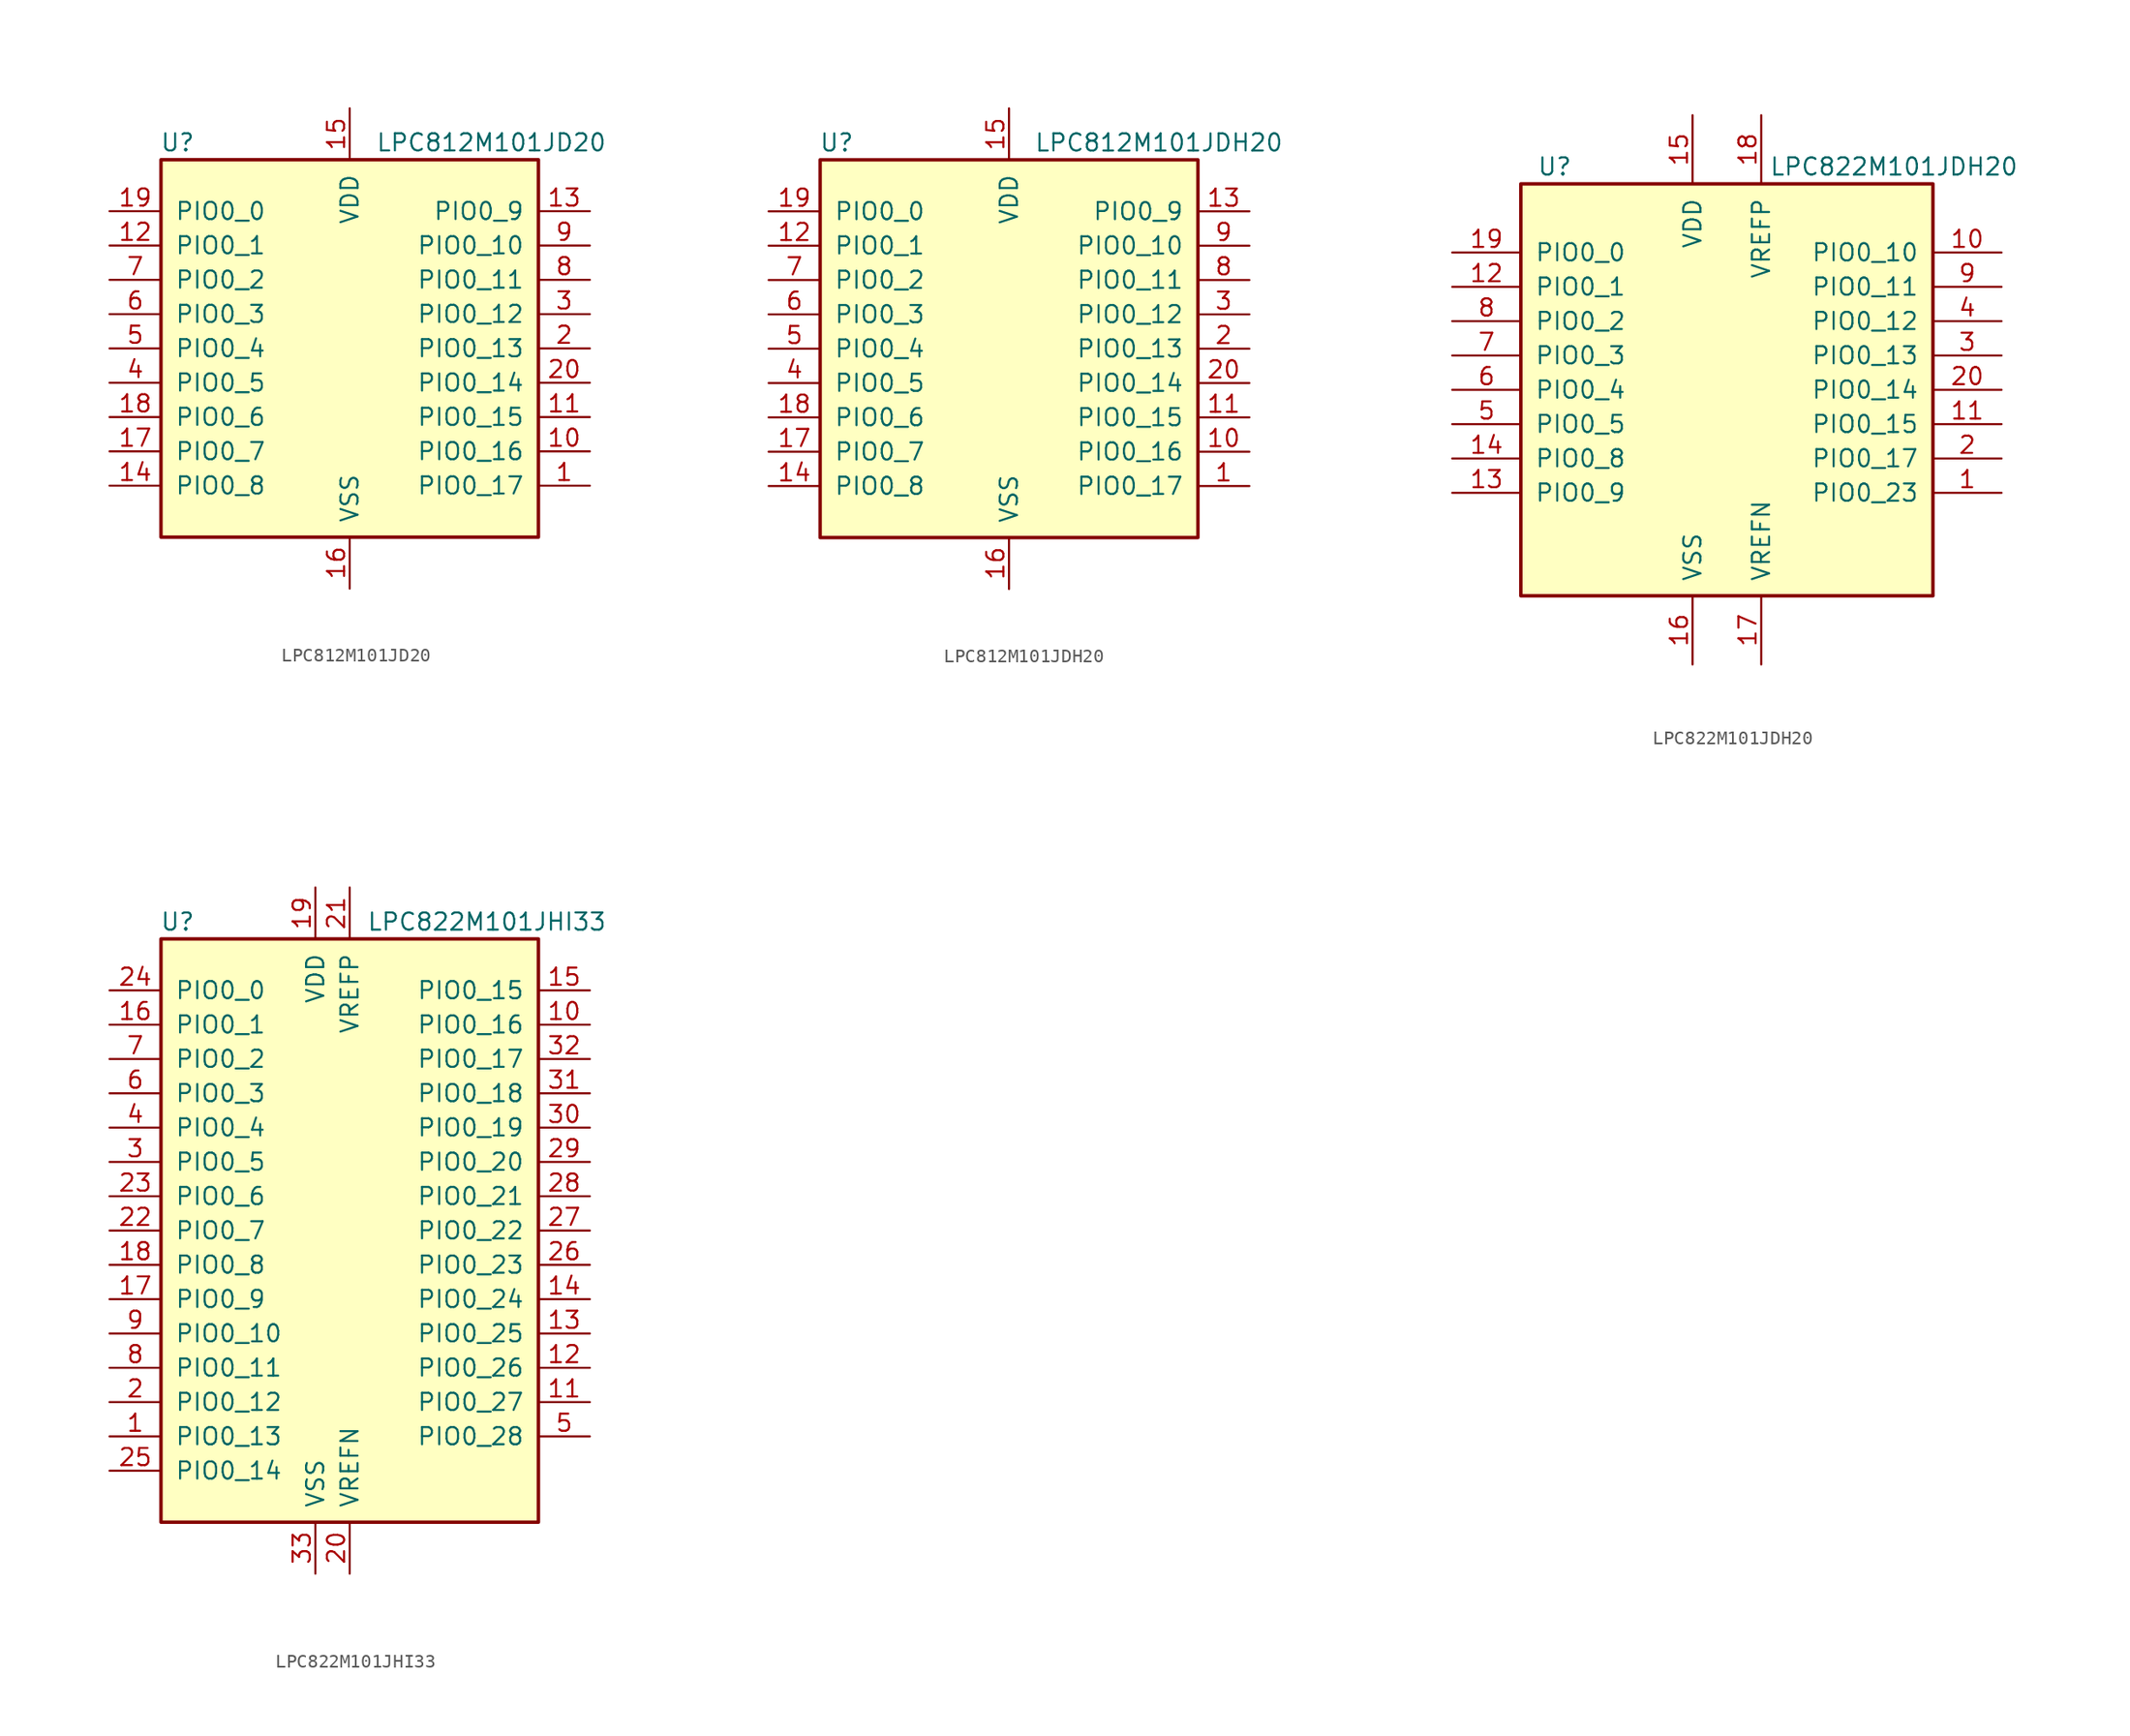
<source format=kicad_sym>
(kicad_symbol_lib
  (version 20201005)
  (generator kicad_symbol_editor)
  (symbol "LPC812M101JD20"
    (pin_names
      (offset 1.016))
    (property "Reference" "U"
      (at -11.43 15.24 0)
      (effects (font (size 1.27 1.27)) (justify right)))
    (property "Value" "LPC812M101JD20"
      (at 19.05 15.24 0)
      (effects (font (size 1.27 1.27)) (justify right)))
    (symbol "LPC812M101JD20_0_1"
      (rectangle (start 13.97 13.97) (end -13.97 -13.97) (stroke (width 0.254)) (fill (type background))))
    (symbol "LPC812M101JD20_1_1"
      (pin bidirectional line (at 17.78 -10.16 180) (length 3.81) (name "PIO0_17" (effects (font (size 1.27 1.27)))) (number "1" (effects (font (size 1.27 1.27)))))
      (pin bidirectional line (at 17.78 -7.62 180) (length 3.81) (name "PIO0_16" (effects (font (size 1.27 1.27)))) (number "10" (effects (font (size 1.27 1.27)))))
      (pin bidirectional line (at 17.78 -5.08 180) (length 3.81) (name "PIO0_15" (effects (font (size 1.27 1.27)))) (number "11" (effects (font (size 1.27 1.27)))))
      (pin bidirectional line (at -17.78 7.62 0) (length 3.81) (name "PIO0_1" (effects (font (size 1.27 1.27)))) (number "12" (effects (font (size 1.27 1.27)))))
      (pin bidirectional line (at 17.78 10.16 180) (length 3.81) (name "PIO0_9" (effects (font (size 1.27 1.27)))) (number "13" (effects (font (size 1.27 1.27)))))
      (pin bidirectional line (at -17.78 -10.16 0) (length 3.81) (name "PIO0_8" (effects (font (size 1.27 1.27)))) (number "14" (effects (font (size 1.27 1.27)))))
      (pin power_in line (at 0 17.78 270) (length 3.81) (name "VDD" (effects (font (size 1.27 1.27)))) (number "15" (effects (font (size 1.27 1.27)))))
      (pin power_in line (at 0 -17.78 90) (length 3.81) (name "VSS" (effects (font (size 1.27 1.27)))) (number "16" (effects (font (size 1.27 1.27)))))
      (pin bidirectional line (at -17.78 -7.62 0) (length 3.81) (name "PIO0_7" (effects (font (size 1.27 1.27)))) (number "17" (effects (font (size 1.27 1.27)))))
      (pin bidirectional line (at -17.78 -5.08 0) (length 3.81) (name "PIO0_6" (effects (font (size 1.27 1.27)))) (number "18" (effects (font (size 1.27 1.27)))))
      (pin bidirectional line (at -17.78 10.16 0) (length 3.81) (name "PIO0_0" (effects (font (size 1.27 1.27)))) (number "19" (effects (font (size 1.27 1.27)))))
      (pin bidirectional line (at 17.78 0 180) (length 3.81) (name "PIO0_13" (effects (font (size 1.27 1.27)))) (number "2" (effects (font (size 1.27 1.27)))))
      (pin bidirectional line (at 17.78 -2.54 180) (length 3.81) (name "PIO0_14" (effects (font (size 1.27 1.27)))) (number "20" (effects (font (size 1.27 1.27)))))
      (pin bidirectional line (at 17.78 2.54 180) (length 3.81) (name "PIO0_12" (effects (font (size 1.27 1.27)))) (number "3" (effects (font (size 1.27 1.27)))))
      (pin bidirectional line (at -17.78 -2.54 0) (length 3.81) (name "PIO0_5" (effects (font (size 1.27 1.27)))) (number "4" (effects (font (size 1.27 1.27)))))
      (pin bidirectional line (at -17.78 0 0) (length 3.81) (name "PIO0_4" (effects (font (size 1.27 1.27)))) (number "5" (effects (font (size 1.27 1.27)))))
      (pin bidirectional line (at -17.78 2.54 0) (length 3.81) (name "PIO0_3" (effects (font (size 1.27 1.27)))) (number "6" (effects (font (size 1.27 1.27)))))
      (pin bidirectional line (at -17.78 5.08 0) (length 3.81) (name "PIO0_2" (effects (font (size 1.27 1.27)))) (number "7" (effects (font (size 1.27 1.27)))))
      (pin bidirectional line (at 17.78 5.08 180) (length 3.81) (name "PIO0_11" (effects (font (size 1.27 1.27)))) (number "8" (effects (font (size 1.27 1.27)))))
      (pin bidirectional line (at 17.78 7.62 180) (length 3.81) (name "PIO0_10" (effects (font (size 1.27 1.27)))) (number "9" (effects (font (size 1.27 1.27)))))))
  (symbol "LPC812M101JDH20"
    (pin_names
      (offset 1.016))
    (property "Reference" "U"
      (at -11.43 15.24 0)
      (effects (font (size 1.27 1.27)) (justify right)))
    (property "Value" "LPC812M101JDH20"
      (at 20.32 15.24 0)
      (effects (font (size 1.27 1.27)) (justify right)))
    (symbol "LPC812M101JDH20_0_1"
      (rectangle (start 13.97 13.97) (end -13.97 -13.97) (stroke (width 0.254)) (fill (type background))))
    (symbol "LPC812M101JDH20_1_1"
      (pin bidirectional line (at 17.78 -10.16 180) (length 3.81) (name "PIO0_17" (effects (font (size 1.27 1.27)))) (number "1" (effects (font (size 1.27 1.27)))))
      (pin bidirectional line (at 17.78 -7.62 180) (length 3.81) (name "PIO0_16" (effects (font (size 1.27 1.27)))) (number "10" (effects (font (size 1.27 1.27)))))
      (pin bidirectional line (at 17.78 -5.08 180) (length 3.81) (name "PIO0_15" (effects (font (size 1.27 1.27)))) (number "11" (effects (font (size 1.27 1.27)))))
      (pin bidirectional line (at -17.78 7.62 0) (length 3.81) (name "PIO0_1" (effects (font (size 1.27 1.27)))) (number "12" (effects (font (size 1.27 1.27)))))
      (pin bidirectional line (at 17.78 10.16 180) (length 3.81) (name "PIO0_9" (effects (font (size 1.27 1.27)))) (number "13" (effects (font (size 1.27 1.27)))))
      (pin bidirectional line (at -17.78 -10.16 0) (length 3.81) (name "PIO0_8" (effects (font (size 1.27 1.27)))) (number "14" (effects (font (size 1.27 1.27)))))
      (pin power_in line (at 0 17.78 270) (length 3.81) (name "VDD" (effects (font (size 1.27 1.27)))) (number "15" (effects (font (size 1.27 1.27)))))
      (pin power_in line (at 0 -17.78 90) (length 3.81) (name "VSS" (effects (font (size 1.27 1.27)))) (number "16" (effects (font (size 1.27 1.27)))))
      (pin bidirectional line (at -17.78 -7.62 0) (length 3.81) (name "PIO0_7" (effects (font (size 1.27 1.27)))) (number "17" (effects (font (size 1.27 1.27)))))
      (pin bidirectional line (at -17.78 -5.08 0) (length 3.81) (name "PIO0_6" (effects (font (size 1.27 1.27)))) (number "18" (effects (font (size 1.27 1.27)))))
      (pin bidirectional line (at -17.78 10.16 0) (length 3.81) (name "PIO0_0" (effects (font (size 1.27 1.27)))) (number "19" (effects (font (size 1.27 1.27)))))
      (pin bidirectional line (at 17.78 0 180) (length 3.81) (name "PIO0_13" (effects (font (size 1.27 1.27)))) (number "2" (effects (font (size 1.27 1.27)))))
      (pin bidirectional line (at 17.78 -2.54 180) (length 3.81) (name "PIO0_14" (effects (font (size 1.27 1.27)))) (number "20" (effects (font (size 1.27 1.27)))))
      (pin bidirectional line (at 17.78 2.54 180) (length 3.81) (name "PIO0_12" (effects (font (size 1.27 1.27)))) (number "3" (effects (font (size 1.27 1.27)))))
      (pin bidirectional line (at -17.78 -2.54 0) (length 3.81) (name "PIO0_5" (effects (font (size 1.27 1.27)))) (number "4" (effects (font (size 1.27 1.27)))))
      (pin bidirectional line (at -17.78 0 0) (length 3.81) (name "PIO0_4" (effects (font (size 1.27 1.27)))) (number "5" (effects (font (size 1.27 1.27)))))
      (pin bidirectional line (at -17.78 2.54 0) (length 3.81) (name "PIO0_3" (effects (font (size 1.27 1.27)))) (number "6" (effects (font (size 1.27 1.27)))))
      (pin bidirectional line (at -17.78 5.08 0) (length 3.81) (name "PIO0_2" (effects (font (size 1.27 1.27)))) (number "7" (effects (font (size 1.27 1.27)))))
      (pin bidirectional line (at 17.78 5.08 180) (length 3.81) (name "PIO0_11" (effects (font (size 1.27 1.27)))) (number "8" (effects (font (size 1.27 1.27)))))
      (pin bidirectional line (at 17.78 7.62 180) (length 3.81) (name "PIO0_10" (effects (font (size 1.27 1.27)))) (number "9" (effects (font (size 1.27 1.27)))))))
  (symbol "LPC822M101JDH20"
    (pin_names
      (offset 1.016))
    (property "Reference" "U"
      (at -11.43 16.51 0)
      (effects (font (size 1.27 1.27)) (justify right)))
    (property "Value" "LPC822M101JDH20"
      (at 21.59 16.51 0)
      (effects (font (size 1.27 1.27)) (justify right)))
    (symbol "LPC822M101JDH20_0_1"
      (rectangle (start -15.24 15.24) (end 15.24 -15.24) (stroke (width 0.254)) (fill (type background))))
    (symbol "LPC822M101JDH20_1_1"
      (pin bidirectional line (at 20.32 -7.62 180) (length 5.08) (name "PIO0_23" (effects (font (size 1.27 1.27)))) (number "1" (effects (font (size 1.27 1.27)))))
      (pin bidirectional line (at 20.32 10.16 180) (length 5.08) (name "PIO0_10" (effects (font (size 1.27 1.27)))) (number "10" (effects (font (size 1.27 1.27)))))
      (pin bidirectional line (at 20.32 -2.54 180) (length 5.08) (name "PIO0_15" (effects (font (size 1.27 1.27)))) (number "11" (effects (font (size 1.27 1.27)))))
      (pin bidirectional line (at -20.32 7.62 0) (length 5.08) (name "PIO0_1" (effects (font (size 1.27 1.27)))) (number "12" (effects (font (size 1.27 1.27)))))
      (pin bidirectional line (at -20.32 -7.62 0) (length 5.08) (name "PIO0_9" (effects (font (size 1.27 1.27)))) (number "13" (effects (font (size 1.27 1.27)))))
      (pin bidirectional line (at -20.32 -5.08 0) (length 5.08) (name "PIO0_8" (effects (font (size 1.27 1.27)))) (number "14" (effects (font (size 1.27 1.27)))))
      (pin power_in line (at -2.54 20.32 270) (length 5.08) (name "VDD" (effects (font (size 1.27 1.27)))) (number "15" (effects (font (size 1.27 1.27)))))
      (pin power_in line (at -2.54 -20.32 90) (length 5.08) (name "VSS" (effects (font (size 1.27 1.27)))) (number "16" (effects (font (size 1.27 1.27)))))
      (pin power_in line (at 2.54 -20.32 90) (length 5.08) (name "VREFN" (effects (font (size 1.27 1.27)))) (number "17" (effects (font (size 1.27 1.27)))))
      (pin power_in line (at 2.54 20.32 270) (length 5.08) (name "VREFP" (effects (font (size 1.27 1.27)))) (number "18" (effects (font (size 1.27 1.27)))))
      (pin bidirectional line (at -20.32 10.16 0) (length 5.08) (name "PIO0_0" (effects (font (size 1.27 1.27)))) (number "19" (effects (font (size 1.27 1.27)))))
      (pin bidirectional line (at 20.32 -5.08 180) (length 5.08) (name "PIO0_17" (effects (font (size 1.27 1.27)))) (number "2" (effects (font (size 1.27 1.27)))))
      (pin bidirectional line (at 20.32 0 180) (length 5.08) (name "PIO0_14" (effects (font (size 1.27 1.27)))) (number "20" (effects (font (size 1.27 1.27)))))
      (pin bidirectional line (at 20.32 2.54 180) (length 5.08) (name "PIO0_13" (effects (font (size 1.27 1.27)))) (number "3" (effects (font (size 1.27 1.27)))))
      (pin bidirectional line (at 20.32 5.08 180) (length 5.08) (name "PIO0_12" (effects (font (size 1.27 1.27)))) (number "4" (effects (font (size 1.27 1.27)))))
      (pin bidirectional line (at -20.32 -2.54 0) (length 5.08) (name "PIO0_5" (effects (font (size 1.27 1.27)))) (number "5" (effects (font (size 1.27 1.27)))))
      (pin bidirectional line (at -20.32 0 0) (length 5.08) (name "PIO0_4" (effects (font (size 1.27 1.27)))) (number "6" (effects (font (size 1.27 1.27)))))
      (pin bidirectional line (at -20.32 2.54 0) (length 5.08) (name "PIO0_3" (effects (font (size 1.27 1.27)))) (number "7" (effects (font (size 1.27 1.27)))))
      (pin bidirectional line (at -20.32 5.08 0) (length 5.08) (name "PIO0_2" (effects (font (size 1.27 1.27)))) (number "8" (effects (font (size 1.27 1.27)))))
      (pin bidirectional line (at 20.32 7.62 180) (length 5.08) (name "PIO0_11" (effects (font (size 1.27 1.27)))) (number "9" (effects (font (size 1.27 1.27)))))))
  (symbol "LPC822M101JHI33"
    (pin_names
      (offset 1.016))
    (property "Reference" "U"
      (at -11.43 22.86 0)
      (effects (font (size 1.27 1.27)) (justify right)))
    (property "Value" "LPC822M101JHI33"
      (at 19.05 22.86 0)
      (effects (font (size 1.27 1.27)) (justify right)))
    (symbol "LPC822M101JHI33_0_1"
      (rectangle (start -13.97 21.59) (end 13.97 -21.59) (stroke (width 0.254)) (fill (type background))))
    (symbol "LPC822M101JHI33_1_1"
      (pin bidirectional line (at -17.78 -15.24 0) (length 3.81) (name "PIO0_13" (effects (font (size 1.27 1.27)))) (number "1" (effects (font (size 1.27 1.27)))))
      (pin bidirectional line (at 17.78 15.24 180) (length 3.81) (name "PIO0_16" (effects (font (size 1.27 1.27)))) (number "10" (effects (font (size 1.27 1.27)))))
      (pin bidirectional line (at 17.78 -12.7 180) (length 3.81) (name "PIO0_27" (effects (font (size 1.27 1.27)))) (number "11" (effects (font (size 1.27 1.27)))))
      (pin bidirectional line (at 17.78 -10.16 180) (length 3.81) (name "PIO0_26" (effects (font (size 1.27 1.27)))) (number "12" (effects (font (size 1.27 1.27)))))
      (pin bidirectional line (at 17.78 -7.62 180) (length 3.81) (name "PIO0_25" (effects (font (size 1.27 1.27)))) (number "13" (effects (font (size 1.27 1.27)))))
      (pin bidirectional line (at 17.78 -5.08 180) (length 3.81) (name "PIO0_24" (effects (font (size 1.27 1.27)))) (number "14" (effects (font (size 1.27 1.27)))))
      (pin bidirectional line (at 17.78 17.78 180) (length 3.81) (name "PIO0_15" (effects (font (size 1.27 1.27)))) (number "15" (effects (font (size 1.27 1.27)))))
      (pin bidirectional line (at -17.78 15.24 0) (length 3.81) (name "PIO0_1" (effects (font (size 1.27 1.27)))) (number "16" (effects (font (size 1.27 1.27)))))
      (pin bidirectional line (at -17.78 -5.08 0) (length 3.81) (name "PIO0_9" (effects (font (size 1.27 1.27)))) (number "17" (effects (font (size 1.27 1.27)))))
      (pin bidirectional line (at -17.78 -2.54 0) (length 3.81) (name "PIO0_8" (effects (font (size 1.27 1.27)))) (number "18" (effects (font (size 1.27 1.27)))))
      (pin power_in line (at -2.54 25.4 270) (length 3.81) (name "VDD" (effects (font (size 1.27 1.27)))) (number "19" (effects (font (size 1.27 1.27)))))
      (pin bidirectional line (at -17.78 -12.7 0) (length 3.81) (name "PIO0_12" (effects (font (size 1.27 1.27)))) (number "2" (effects (font (size 1.27 1.27)))))
      (pin power_in line (at 0 -25.4 90) (length 3.81) (name "VREFN" (effects (font (size 1.27 1.27)))) (number "20" (effects (font (size 1.27 1.27)))))
      (pin power_in line (at 0 25.4 270) (length 3.81) (name "VREFP" (effects (font (size 1.27 1.27)))) (number "21" (effects (font (size 1.27 1.27)))))
      (pin bidirectional line (at -17.78 0 0) (length 3.81) (name "PIO0_7" (effects (font (size 1.27 1.27)))) (number "22" (effects (font (size 1.27 1.27)))))
      (pin bidirectional line (at -17.78 2.54 0) (length 3.81) (name "PIO0_6" (effects (font (size 1.27 1.27)))) (number "23" (effects (font (size 1.27 1.27)))))
      (pin bidirectional line (at -17.78 17.78 0) (length 3.81) (name "PIO0_0" (effects (font (size 1.27 1.27)))) (number "24" (effects (font (size 1.27 1.27)))))
      (pin bidirectional line (at -17.78 -17.78 0) (length 3.81) (name "PIO0_14" (effects (font (size 1.27 1.27)))) (number "25" (effects (font (size 1.27 1.27)))))
      (pin bidirectional line (at 17.78 -2.54 180) (length 3.81) (name "PIO0_23" (effects (font (size 1.27 1.27)))) (number "26" (effects (font (size 1.27 1.27)))))
      (pin bidirectional line (at 17.78 0 180) (length 3.81) (name "PIO0_22" (effects (font (size 1.27 1.27)))) (number "27" (effects (font (size 1.27 1.27)))))
      (pin bidirectional line (at 17.78 2.54 180) (length 3.81) (name "PIO0_21" (effects (font (size 1.27 1.27)))) (number "28" (effects (font (size 1.27 1.27)))))
      (pin bidirectional line (at 17.78 5.08 180) (length 3.81) (name "PIO0_20" (effects (font (size 1.27 1.27)))) (number "29" (effects (font (size 1.27 1.27)))))
      (pin bidirectional line (at -17.78 5.08 0) (length 3.81) (name "PIO0_5" (effects (font (size 1.27 1.27)))) (number "3" (effects (font (size 1.27 1.27)))))
      (pin bidirectional line (at 17.78 7.62 180) (length 3.81) (name "PIO0_19" (effects (font (size 1.27 1.27)))) (number "30" (effects (font (size 1.27 1.27)))))
      (pin bidirectional line (at 17.78 10.16 180) (length 3.81) (name "PIO0_18" (effects (font (size 1.27 1.27)))) (number "31" (effects (font (size 1.27 1.27)))))
      (pin bidirectional line (at 17.78 12.7 180) (length 3.81) (name "PIO0_17" (effects (font (size 1.27 1.27)))) (number "32" (effects (font (size 1.27 1.27)))))
      (pin power_in line (at -2.54 -25.4 90) (length 3.81) (name "VSS" (effects (font (size 1.27 1.27)))) (number "33" (effects (font (size 1.27 1.27)))))
      (pin bidirectional line (at -17.78 7.62 0) (length 3.81) (name "PIO0_4" (effects (font (size 1.27 1.27)))) (number "4" (effects (font (size 1.27 1.27)))))
      (pin bidirectional line (at 17.78 -15.24 180) (length 3.81) (name "PIO0_28" (effects (font (size 1.27 1.27)))) (number "5" (effects (font (size 1.27 1.27)))))
      (pin bidirectional line (at -17.78 10.16 0) (length 3.81) (name "PIO0_3" (effects (font (size 1.27 1.27)))) (number "6" (effects (font (size 1.27 1.27)))))
      (pin bidirectional line (at -17.78 12.7 0) (length 3.81) (name "PIO0_2" (effects (font (size 1.27 1.27)))) (number "7" (effects (font (size 1.27 1.27)))))
      (pin bidirectional line (at -17.78 -10.16 0) (length 3.81) (name "PIO0_11" (effects (font (size 1.27 1.27)))) (number "8" (effects (font (size 1.27 1.27)))))
      (pin bidirectional line (at -17.78 -7.62 0) (length 3.81) (name "PIO0_10" (effects (font (size 1.27 1.27)))) (number "9" (effects (font (size 1.27 1.27))))))))
</source>
